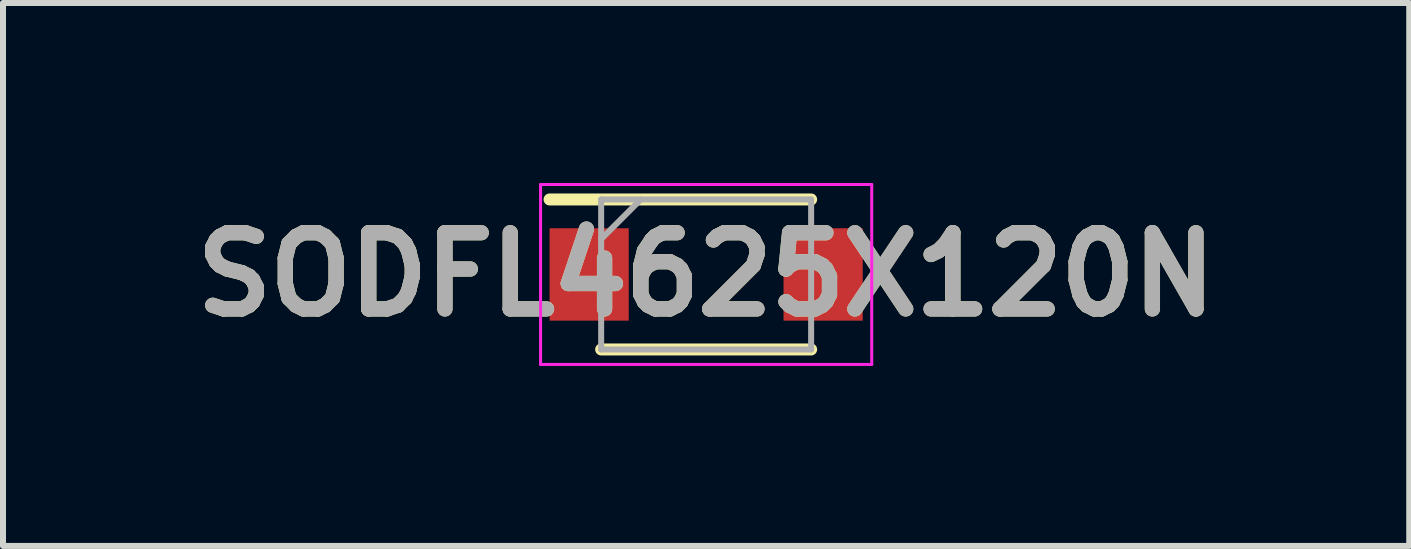
<source format=kicad_pcb>
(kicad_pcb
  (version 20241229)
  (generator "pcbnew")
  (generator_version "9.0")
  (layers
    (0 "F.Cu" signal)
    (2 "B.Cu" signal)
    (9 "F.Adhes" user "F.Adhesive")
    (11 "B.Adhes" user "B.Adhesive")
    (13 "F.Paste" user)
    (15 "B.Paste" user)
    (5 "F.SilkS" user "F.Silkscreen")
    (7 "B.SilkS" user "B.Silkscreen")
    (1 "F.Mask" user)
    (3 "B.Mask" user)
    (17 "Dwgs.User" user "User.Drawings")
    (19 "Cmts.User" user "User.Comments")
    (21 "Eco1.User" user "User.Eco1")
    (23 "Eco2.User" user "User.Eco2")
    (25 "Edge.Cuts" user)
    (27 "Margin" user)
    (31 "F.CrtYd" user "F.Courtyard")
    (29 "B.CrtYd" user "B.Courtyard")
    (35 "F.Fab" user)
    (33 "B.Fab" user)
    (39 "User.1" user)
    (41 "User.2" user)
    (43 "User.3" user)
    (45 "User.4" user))
  (footprint "SODFL4625X120N"
    (layer "F.Cu")
    (at 8.721 1.525)
    (property "Reference" "SODFL4625X120N" (at 0 0 0) (layer "F.SilkS") (effects (font (size 1.27 1.27) (thickness 0.254))))
    (attr smd)
    (fp_line (start -2.61 -1.25) (end 1.75 -1.25) (stroke (width 0.2) (type solid)) (layer "F.SilkS"))
    (fp_line (start -1.75 1.25) (end 1.75 1.25) (stroke (width 0.2) (type solid)) (layer "F.SilkS"))
    (fp_line (start -2.76 -1.5) (end 2.76 -1.5) (stroke (width 0.05) (type solid)) (layer "F.CrtYd"))
    (fp_line (start -2.76 1.5) (end -2.76 -1.5) (stroke (width 0.05) (type solid)) (layer "F.CrtYd"))
    (fp_line (start 2.76 -1.5) (end 2.76 1.5) (stroke (width 0.05) (type solid)) (layer "F.CrtYd"))
    (fp_line (start 2.76 1.5) (end -2.76 1.5) (stroke (width 0.05) (type solid)) (layer "F.CrtYd"))
    (fp_line (start -1.75 -1.25) (end 1.75 -1.25) (stroke (width 0.1) (type solid)) (layer "F.Fab"))
    (fp_line (start -1.75 -0.59) (end -1.09 -1.25) (stroke (width 0.1) (type solid)) (layer "F.Fab"))
    (fp_line (start -1.75 1.25) (end -1.75 -1.25) (stroke (width 0.1) (type solid)) (layer "F.Fab"))
    (fp_line (start 1.75 -1.25) (end 1.75 1.25) (stroke (width 0.1) (type solid)) (layer "F.Fab"))
    (fp_line (start 1.75 1.25) (end -1.75 1.25) (stroke (width 0.1) (type solid)) (layer "F.Fab"))
    (fp_text user "${REFERENCE}" (at 0 0 0) (layer "F.Fab") (effects (font (size 1.27 1.27) (thickness 0.254))))
    (pad "1" smd rect (at -1.95 0) (size 1.32 1.54) (layers "F.Cu" "F.Mask" "F.Paste"))
    (pad "2" smd rect (at 1.95 0) (size 1.32 1.54) (layers "F.Cu" "F.Mask" "F.Paste")))
  (gr_rect
    (start -3 -3)
    (end 20.441 6.05)
    (stroke (width 0.1) (type default))
    (fill no)
    (layer "Edge.Cuts")))
</source>
